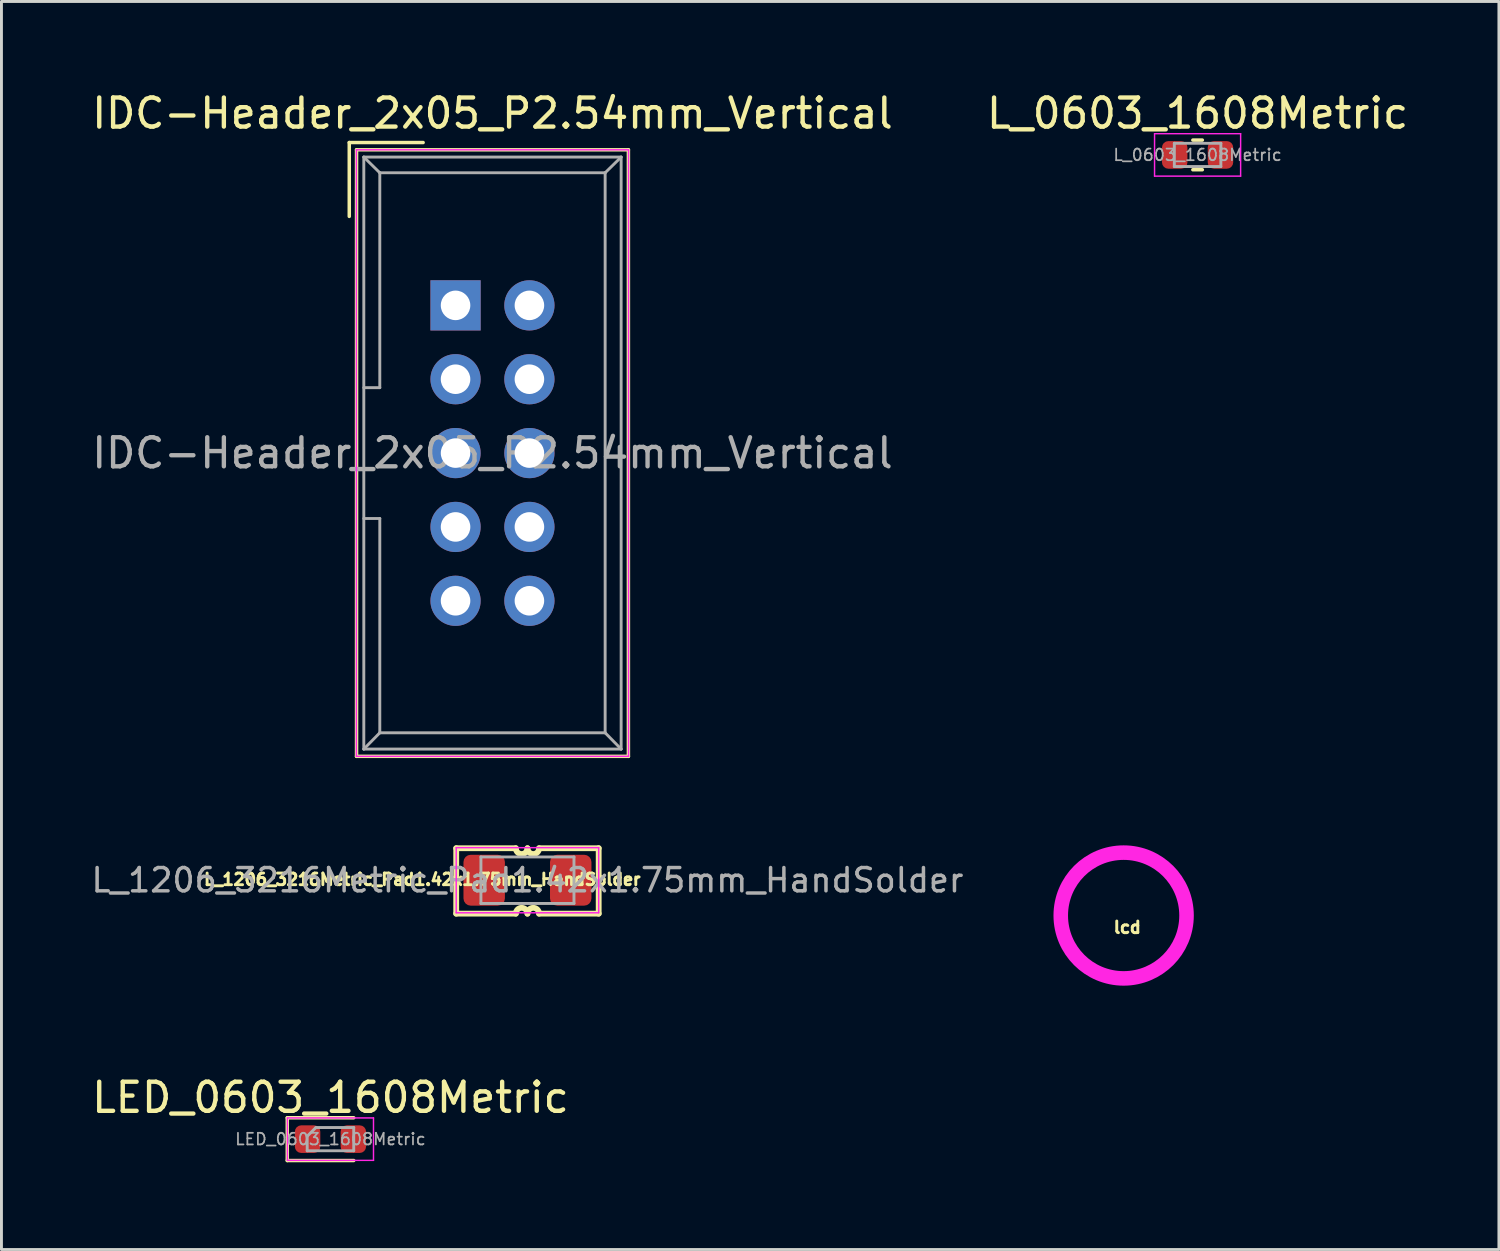
<source format=kicad_pcb>
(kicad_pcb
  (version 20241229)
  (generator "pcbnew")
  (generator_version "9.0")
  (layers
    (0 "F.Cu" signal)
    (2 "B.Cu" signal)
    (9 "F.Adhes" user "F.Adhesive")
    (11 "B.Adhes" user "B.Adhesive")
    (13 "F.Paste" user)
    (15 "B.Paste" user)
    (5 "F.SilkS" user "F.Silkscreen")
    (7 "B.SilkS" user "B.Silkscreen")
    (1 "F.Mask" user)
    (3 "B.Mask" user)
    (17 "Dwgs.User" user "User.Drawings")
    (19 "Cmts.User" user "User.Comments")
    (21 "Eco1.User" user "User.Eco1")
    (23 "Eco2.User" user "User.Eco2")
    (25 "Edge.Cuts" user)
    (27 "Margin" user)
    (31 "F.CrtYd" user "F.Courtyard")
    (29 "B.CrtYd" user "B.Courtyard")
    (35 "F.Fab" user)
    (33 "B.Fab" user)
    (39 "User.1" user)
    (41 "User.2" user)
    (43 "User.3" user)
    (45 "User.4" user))
  (footprint "L_1206_3216Metric_Pad1.42x1.75mm_HandSolder"
    (layer "F.Cu")
    (at 15.09 27.222)
    (property "Reference" "L_1206_3216Metric_Pad1.42x1.75mm_HandSolder" (at -3.617 -0.026 0) (layer "F.SilkS") (effects (font (size 0.4 0.4) (thickness 0.1))))
    (attr smd)
    (fp_line (start -2.45 -1.1) (end -0.4 -1.1) (stroke (width 0.2) (type solid)) (layer "F.SilkS"))
    (fp_line (start -2.45 1.15) (end -2.45 -1.1) (stroke (width 0.2) (type solid)) (layer "F.SilkS"))
    (fp_line (start -0.4 1.15) (end -2.45 1.15) (stroke (width 0.2) (type solid)) (layer "F.SilkS"))
    (fp_line (start 0.4 -1.1) (end 2.45 -1.1) (stroke (width 0.2) (type solid)) (layer "F.SilkS"))
    (fp_line (start 2.45 -1.1) (end 2.45 1.15) (stroke (width 0.2) (type solid)) (layer "F.SilkS"))
    (fp_line (start 2.45 1.15) (end 0.4 1.15) (stroke (width 0.2) (type solid)) (layer "F.SilkS"))
    (fp_arc (start -0.4 1.15) (mid -0.2 0.95) (end 0 1.15) (stroke (width 0.2) (type solid)) (layer "F.SilkS"))
    (fp_arc (start 0 -1.1) (mid -0.2 -0.9) (end -0.4 -1.1) (stroke (width 0.2) (type solid)) (layer "F.SilkS"))
    (fp_arc (start 0 1.15) (mid 0.2 0.95) (end 0.4 1.15) (stroke (width 0.2) (type solid)) (layer "F.SilkS"))
    (fp_arc (start 0.4 -1.1) (mid 0.2 -0.9) (end 0 -1.1) (stroke (width 0.2) (type solid)) (layer "F.SilkS"))
    (fp_line (start -2.45 -1.12) (end 2.45 -1.12) (stroke (width 0.05) (type solid)) (layer "F.CrtYd"))
    (fp_line (start -2.45 1.12) (end -2.45 -1.12) (stroke (width 0.05) (type solid)) (layer "F.CrtYd"))
    (fp_line (start 2.45 -1.12) (end 2.45 1.12) (stroke (width 0.05) (type solid)) (layer "F.CrtYd"))
    (fp_line (start 2.45 1.12) (end -2.45 1.12) (stroke (width 0.05) (type solid)) (layer "F.CrtYd"))
    (fp_line (start -1.6 -0.8) (end 1.6 -0.8) (stroke (width 0.1) (type solid)) (layer "F.Fab"))
    (fp_line (start -1.6 0.8) (end -1.6 -0.8) (stroke (width 0.1) (type solid)) (layer "F.Fab"))
    (fp_line (start 1.6 -0.8) (end 1.6 0.8) (stroke (width 0.1) (type solid)) (layer "F.Fab"))
    (fp_line (start 1.6 0.8) (end -1.6 0.8) (stroke (width 0.1) (type solid)) (layer "F.Fab"))
    (fp_text user "${REFERENCE}" (at 0 0 0) (layer "F.Fab") (effects (font (size 0.8 0.8) (thickness 0.12))))
    (pad "1" smd roundrect (at -1.488 0) (size 1.425 1.75) (layers "F.Cu" "F.Mask" "F.Paste") (roundrect_rratio 0.175))
    (pad "2" smd roundrect (at 1.488 0) (size 1.425 1.75) (layers "F.Cu" "F.Mask" "F.Paste") (roundrect_rratio 0.175)))
  (footprint "IDC-Header_2x05_P2.54mm_Vertical"
    (layer "F.Cu")
    (at 12.617 7.452)
    (property "Reference" "IDC-Header_2x05_P2.54mm_Vertical" (at 1.27 -6.604 0) (layer "F.SilkS") (effects (font (size 1 1) (thickness 0.15))))
    (attr through_hole)
    (fp_line (start -3.655 -5.6) (end -3.655 -3.06) (stroke (width 0.12) (type solid)) (layer "F.SilkS"))
    (fp_line (start -3.655 -5.6) (end -1.115 -5.6) (stroke (width 0.12) (type solid)) (layer "F.SilkS"))
    (fp_line (start -3.405 -5.35) (end 5.945 -5.35) (stroke (width 0.12) (type solid)) (layer "F.SilkS"))
    (fp_line (start -3.405 15.51) (end -3.405 -5.35) (stroke (width 0.12) (type solid)) (layer "F.SilkS"))
    (fp_line (start 5.945 -5.35) (end 5.945 15.51) (stroke (width 0.12) (type solid)) (layer "F.SilkS"))
    (fp_line (start 5.945 15.51) (end -3.405 15.51) (stroke (width 0.12) (type solid)) (layer "F.SilkS"))
    (fp_line (start -3.41 -5.35) (end 5.95 -5.35) (stroke (width 0.05) (type solid)) (layer "F.CrtYd"))
    (fp_line (start -3.41 15.51) (end -3.41 -5.35) (stroke (width 0.05) (type solid)) (layer "F.CrtYd"))
    (fp_line (start 5.95 -5.35) (end 5.95 15.51) (stroke (width 0.05) (type solid)) (layer "F.CrtYd"))
    (fp_line (start 5.95 15.51) (end -3.41 15.51) (stroke (width 0.05) (type solid)) (layer "F.CrtYd"))
    (fp_line (start -3.155 -5.1) (end -3.155 15.26) (stroke (width 0.1) (type solid)) (layer "F.Fab"))
    (fp_line (start -3.155 -5.1) (end -2.605 -4.56) (stroke (width 0.1) (type solid)) (layer "F.Fab"))
    (fp_line (start -3.155 15.26) (end -2.605 14.7) (stroke (width 0.1) (type solid)) (layer "F.Fab"))
    (fp_line (start -2.605 -4.56) (end -2.605 2.83) (stroke (width 0.1) (type solid)) (layer "F.Fab"))
    (fp_line (start -2.605 2.83) (end -3.155 2.83) (stroke (width 0.1) (type solid)) (layer "F.Fab"))
    (fp_line (start -2.605 7.33) (end -3.155 7.33) (stroke (width 0.1) (type solid)) (layer "F.Fab"))
    (fp_line (start -2.605 7.33) (end -2.605 14.7) (stroke (width 0.1) (type solid)) (layer "F.Fab"))
    (fp_line (start 5.145 -4.56) (end -2.605 -4.56) (stroke (width 0.1) (type solid)) (layer "F.Fab"))
    (fp_line (start 5.145 -4.56) (end 5.145 14.7) (stroke (width 0.1) (type solid)) (layer "F.Fab"))
    (fp_line (start 5.145 14.7) (end -2.605 14.7) (stroke (width 0.1) (type solid)) (layer "F.Fab"))
    (fp_line (start 5.695 -5.1) (end -3.155 -5.1) (stroke (width 0.1) (type solid)) (layer "F.Fab"))
    (fp_line (start 5.695 -5.1) (end 5.145 -4.56) (stroke (width 0.1) (type solid)) (layer "F.Fab"))
    (fp_line (start 5.695 -5.1) (end 5.695 15.26) (stroke (width 0.1) (type solid)) (layer "F.Fab"))
    (fp_line (start 5.695 15.26) (end -3.155 15.26) (stroke (width 0.1) (type solid)) (layer "F.Fab"))
    (fp_line (start 5.695 15.26) (end 5.145 14.7) (stroke (width 0.1) (type solid)) (layer "F.Fab"))
    (fp_text user "${REFERENCE}" (at 1.27 5.08 0) (layer "F.Fab") (effects (font (size 1 1) (thickness 0.15))))
    (pad "1" thru_hole rect (at 0 0) (size 1.727 1.727) (drill 1.016) (layers "*.Cu" "*.Mask"))
    (pad "2" thru_hole oval (at 2.54 0) (size 1.727 1.727) (drill 1.016) (layers "*.Cu" "*.Mask"))
    (pad "3" thru_hole oval (at 0 2.54) (size 1.727 1.727) (drill 1.016) (layers "*.Cu" "*.Mask"))
    (pad "4" thru_hole oval (at 2.54 2.54) (size 1.727 1.727) (drill 1.016) (layers "*.Cu" "*.Mask"))
    (pad "5" thru_hole oval (at 0 5.08) (size 1.727 1.727) (drill 1.016) (layers "*.Cu" "*.Mask"))
    (pad "6" thru_hole oval (at 2.54 5.08) (size 1.727 1.727) (drill 1.016) (layers "*.Cu" "*.Mask"))
    (pad "7" thru_hole oval (at 0 7.62) (size 1.727 1.727) (drill 1.016) (layers "*.Cu" "*.Mask"))
    (pad "8" thru_hole oval (at 2.54 7.62) (size 1.727 1.727) (drill 1.016) (layers "*.Cu" "*.Mask"))
    (pad "9" thru_hole oval (at 0 10.16) (size 1.727 1.727) (drill 1.016) (layers "*.Cu" "*.Mask"))
    (pad "10" thru_hole oval (at 2.54 10.16) (size 1.727 1.727) (drill 1.016) (layers "*.Cu" "*.Mask")))
  (footprint "lcd"
    (layer "F.Cu")
    (at 35.594 28.436)
    (property "Reference" "lcd" (at 0.125 0.41 0) (layer "F.SilkS") (effects (font (size 0.4 0.4) (thickness 0.1))))
    (attr exclude_from_pos_files exclude_from_bom)
    (fp_circle (center 0 0) (end 2.163 0) (stroke (width 0.5) (type solid)) (fill no) (layer "F.CrtYd")))
  (footprint "LED_0603_1608Metric"
    (layer "F.Cu")
    (at 8.315 36.127)
    (property "Reference" "LED_0603_1608Metric" (at 0 -1.43 0) (layer "F.SilkS") (effects (font (size 1 1) (thickness 0.15))))
    (attr smd)
    (fp_line (start -1.485 -0.735) (end -1.485 0.735) (stroke (width 0.12) (type solid)) (layer "F.SilkS"))
    (fp_line (start -1.485 0.735) (end 0.8 0.735) (stroke (width 0.12) (type solid)) (layer "F.SilkS"))
    (fp_line (start 0.8 -0.735) (end -1.485 -0.735) (stroke (width 0.12) (type solid)) (layer "F.SilkS"))
    (fp_line (start -1.48 -0.73) (end 1.48 -0.73) (stroke (width 0.05) (type solid)) (layer "F.CrtYd"))
    (fp_line (start -1.48 0.73) (end -1.48 -0.73) (stroke (width 0.05) (type solid)) (layer "F.CrtYd"))
    (fp_line (start 1.48 -0.73) (end 1.48 0.73) (stroke (width 0.05) (type solid)) (layer "F.CrtYd"))
    (fp_line (start 1.48 0.73) (end -1.48 0.73) (stroke (width 0.05) (type solid)) (layer "F.CrtYd"))
    (fp_line (start -0.8 -0.1) (end -0.8 0.4) (stroke (width 0.1) (type solid)) (layer "F.Fab"))
    (fp_line (start -0.8 0.4) (end 0.8 0.4) (stroke (width 0.1) (type solid)) (layer "F.Fab"))
    (fp_line (start -0.5 -0.4) (end -0.8 -0.1) (stroke (width 0.1) (type solid)) (layer "F.Fab"))
    (fp_line (start 0.8 -0.4) (end -0.5 -0.4) (stroke (width 0.1) (type solid)) (layer "F.Fab"))
    (fp_line (start 0.8 0.4) (end 0.8 -0.4) (stroke (width 0.1) (type solid)) (layer "F.Fab"))
    (fp_text user "${REFERENCE}" (at 0 0 0) (layer "F.Fab") (effects (font (size 0.4 0.4) (thickness 0.06))))
    (pad "1" smd roundrect (at -0.787 0) (size 0.875 0.95) (layers "F.Cu" "F.Mask" "F.Paste") (roundrect_rratio 0.25))
    (pad "2" smd roundrect (at 0.787 0) (size 0.875 0.95) (layers "F.Cu" "F.Mask" "F.Paste") (roundrect_rratio 0.25)))
  (footprint "L_0603_1608Metric"
    (layer "F.Cu")
    (at 38.137 2.278)
    (property "Reference" "L_0603_1608Metric" (at 0 -1.43 0) (layer "F.SilkS") (effects (font (size 1 1) (thickness 0.15))))
    (attr smd)
    (fp_line (start -0.163 -0.51) (end 0.163 -0.51) (stroke (width 0.12) (type solid)) (layer "F.SilkS"))
    (fp_line (start -0.163 0.51) (end 0.163 0.51) (stroke (width 0.12) (type solid)) (layer "F.SilkS"))
    (fp_line (start -1.48 -0.73) (end 1.48 -0.73) (stroke (width 0.05) (type solid)) (layer "F.CrtYd"))
    (fp_line (start -1.48 0.73) (end -1.48 -0.73) (stroke (width 0.05) (type solid)) (layer "F.CrtYd"))
    (fp_line (start 1.48 -0.73) (end 1.48 0.73) (stroke (width 0.05) (type solid)) (layer "F.CrtYd"))
    (fp_line (start 1.48 0.73) (end -1.48 0.73) (stroke (width 0.05) (type solid)) (layer "F.CrtYd"))
    (fp_line (start -0.8 -0.4) (end 0.8 -0.4) (stroke (width 0.1) (type solid)) (layer "F.Fab"))
    (fp_line (start -0.8 0.4) (end -0.8 -0.4) (stroke (width 0.1) (type solid)) (layer "F.Fab"))
    (fp_line (start 0.8 -0.4) (end 0.8 0.4) (stroke (width 0.1) (type solid)) (layer "F.Fab"))
    (fp_line (start 0.8 0.4) (end -0.8 0.4) (stroke (width 0.1) (type solid)) (layer "F.Fab"))
    (fp_text user "${REFERENCE}" (at 0 0 0) (layer "F.Fab") (effects (font (size 0.4 0.4) (thickness 0.06))))
    (pad "1" smd roundrect (at -0.787 0) (size 0.875 0.95) (layers "F.Cu" "F.Mask" "F.Paste") (roundrect_rratio 0.25))
    (pad "2" smd roundrect (at 0.787 0) (size 0.875 0.95) (layers "F.Cu" "F.Mask" "F.Paste") (roundrect_rratio 0.25)))
  (gr_rect
    (start -3 -3)
    (end 48.5 39.922)
    (stroke (width 0.1) (type default))
    (fill no)
    (layer "Edge.Cuts")))
</source>
